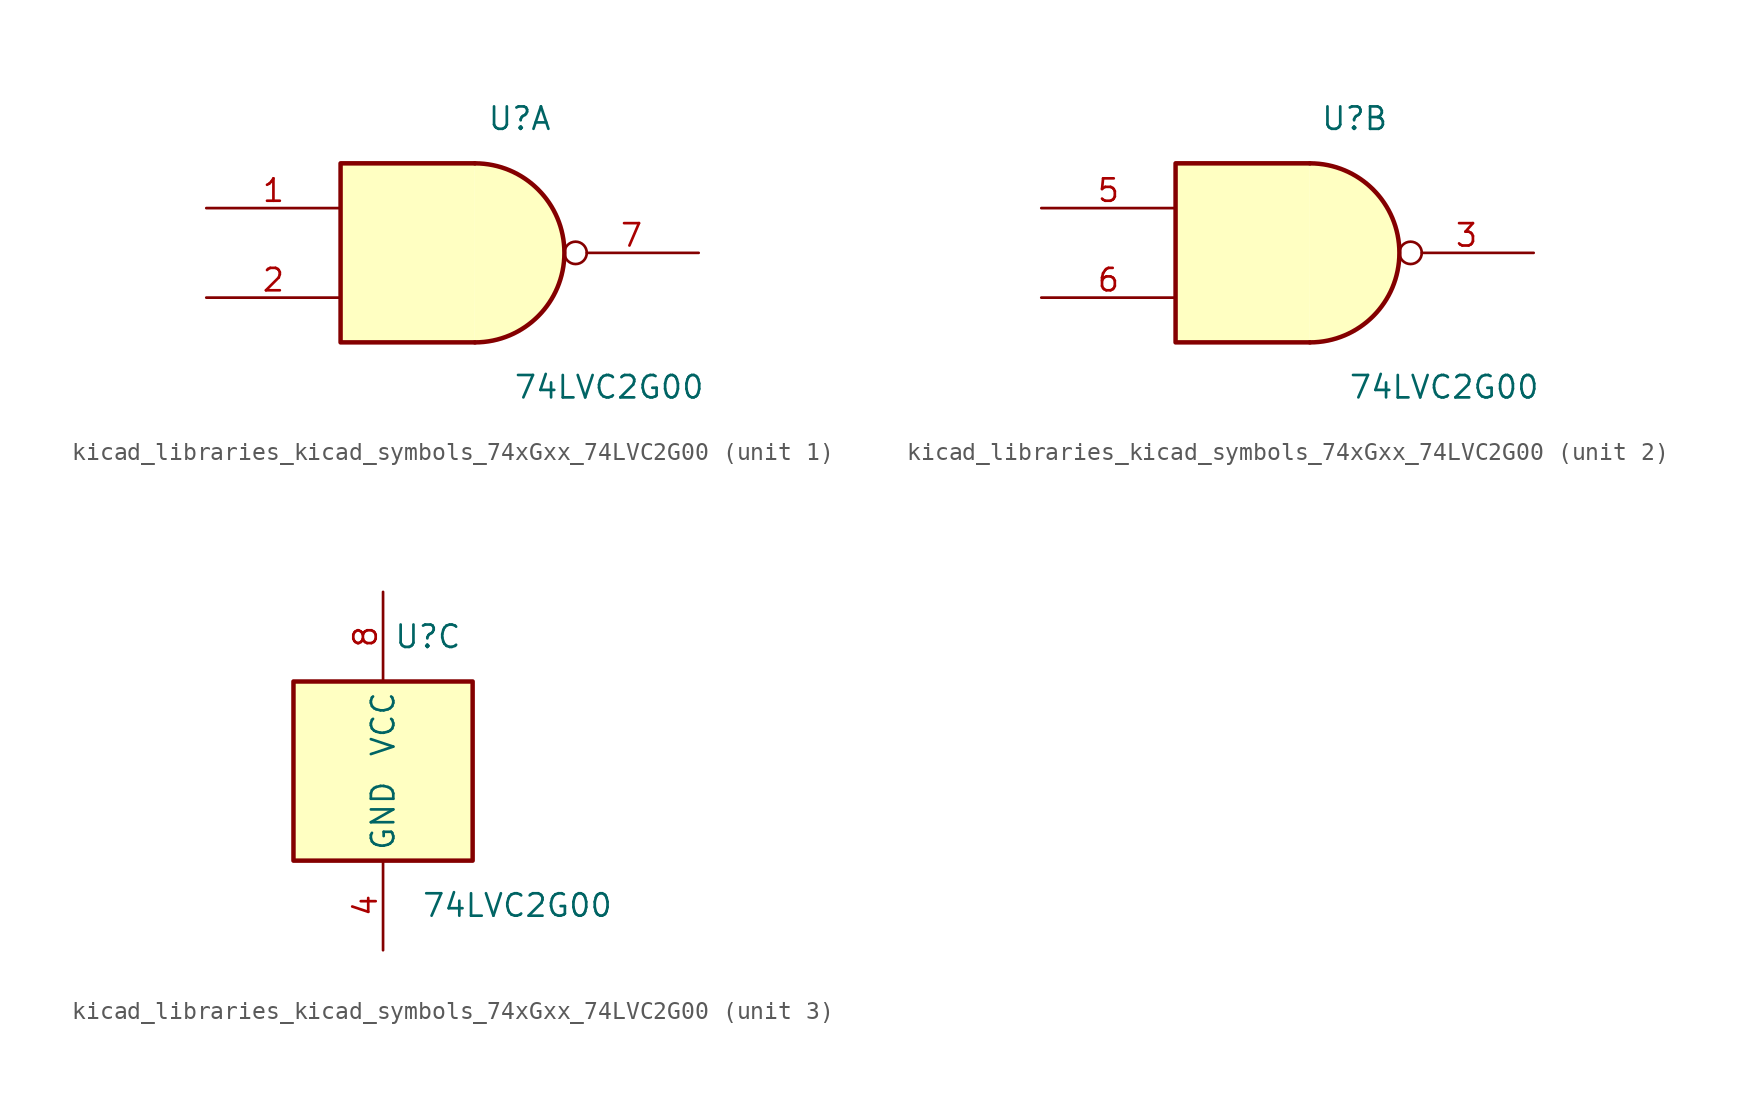
<source format=kicad_sym>
(kicad_symbol_lib
  (version 20220914)
  (generator kicad_symbol_editor)
  (symbol "kicad_libraries_kicad_symbols_74xGxx_74LVC2G00"
    (property "Reference" "U"
      (at 2.54 7.62 0)
      (effects (font (size 1.27 1.27))))
    (property "Value" "74LVC2G00"
      (at 7.62 -7.62 0)
      (effects (font (size 1.27 1.27))))
    (symbol "kicad_libraries_kicad_symbols_74xGxx_74LVC2G00_1_1"
      (arc (start 0 -5.08) (mid 5.0579 0) (end 0 5.08) (stroke (width 0.254) (type default)) (fill (type background)))
      (polyline (pts (xy 0 -5.08) (xy -7.62 -5.08) (xy -7.62 5.08) (xy 0 5.08)) (stroke (width 0.254) (type default)) (fill (type background)))
      (pin input line (at -15.24 2.54 0) (length 7.62) (name "~" (effects (font (size 1.27 1.27)))) (number "1" (effects (font (size 1.27 1.27)))))
      (pin input line (at -15.24 -2.54 0) (length 7.62) (name "~" (effects (font (size 1.27 1.27)))) (number "2" (effects (font (size 1.27 1.27)))))
      (pin output inverted (at 12.7 0 180) (length 7.62) (name "~" (effects (font (size 1.27 1.27)))) (number "7" (effects (font (size 1.27 1.27))))))
    (symbol "kicad_libraries_kicad_symbols_74xGxx_74LVC2G00_2_1"
      (arc (start 0 -5.08) (mid 5.0579 0) (end 0 5.08) (stroke (width 0.254) (type default)) (fill (type background)))
      (polyline (pts (xy 0 -5.08) (xy -7.62 -5.08) (xy -7.62 5.08) (xy 0 5.08)) (stroke (width 0.254) (type default)) (fill (type background)))
      (pin output inverted (at 12.7 0 180) (length 7.62) (name "~" (effects (font (size 1.27 1.27)))) (number "3" (effects (font (size 1.27 1.27)))))
      (pin input line (at -15.24 2.54 0) (length 7.62) (name "~" (effects (font (size 1.27 1.27)))) (number "5" (effects (font (size 1.27 1.27)))))
      (pin input line (at -15.24 -2.54 0) (length 7.62) (name "~" (effects (font (size 1.27 1.27)))) (number "6" (effects (font (size 1.27 1.27))))))
    (symbol "kicad_libraries_kicad_symbols_74xGxx_74LVC2G00_3_0"
      (rectangle (start -5.08 -5.08) (end 5.08 5.08) (stroke (width 0.254) (type default)) (fill (type background))))
    (symbol "kicad_libraries_kicad_symbols_74xGxx_74LVC2G00_3_1"
      (pin power_in line (at 0 -10.16 90) (length 5.08) (name "GND" (effects (font (size 1.27 1.27)))) (number "4" (effects (font (size 1.27 1.27)))))
      (pin power_in line (at 0 10.16 270) (length 5.08) (name "VCC" (effects (font (size 1.27 1.27)))) (number "8" (effects (font (size 1.27 1.27))))))))
</source>
